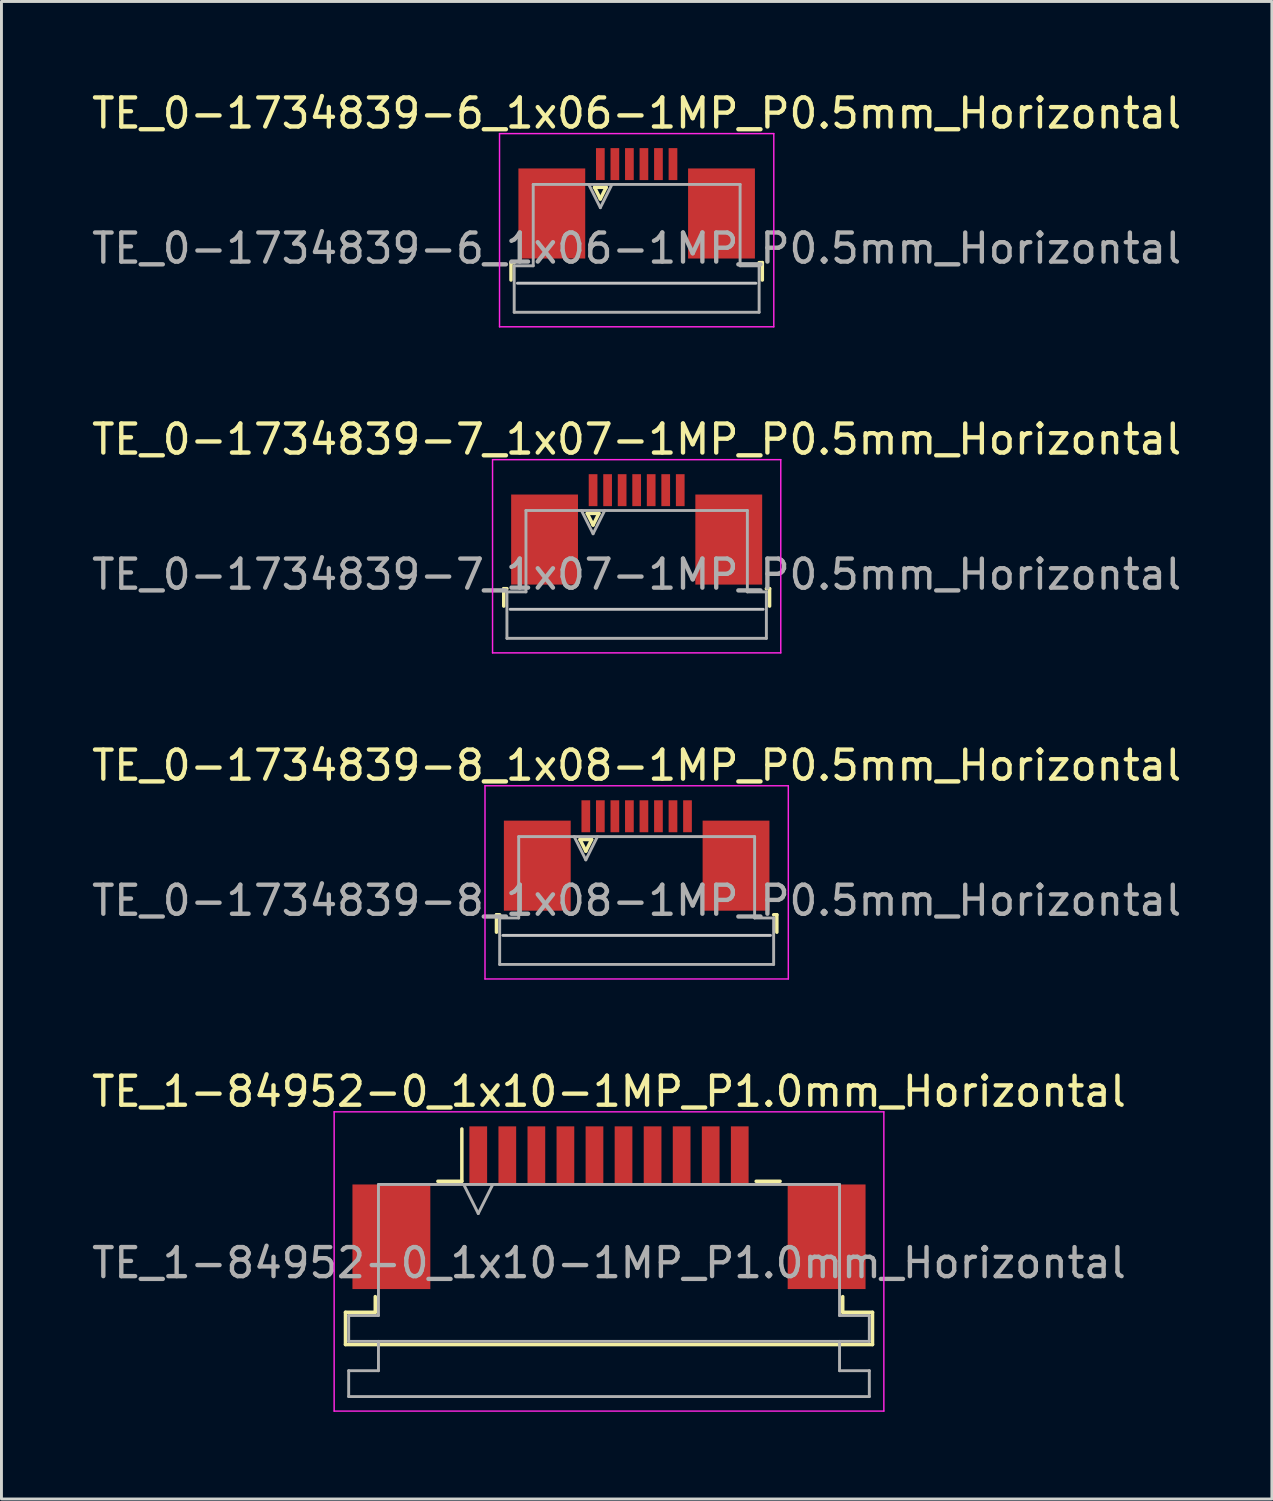
<source format=kicad_pcb>
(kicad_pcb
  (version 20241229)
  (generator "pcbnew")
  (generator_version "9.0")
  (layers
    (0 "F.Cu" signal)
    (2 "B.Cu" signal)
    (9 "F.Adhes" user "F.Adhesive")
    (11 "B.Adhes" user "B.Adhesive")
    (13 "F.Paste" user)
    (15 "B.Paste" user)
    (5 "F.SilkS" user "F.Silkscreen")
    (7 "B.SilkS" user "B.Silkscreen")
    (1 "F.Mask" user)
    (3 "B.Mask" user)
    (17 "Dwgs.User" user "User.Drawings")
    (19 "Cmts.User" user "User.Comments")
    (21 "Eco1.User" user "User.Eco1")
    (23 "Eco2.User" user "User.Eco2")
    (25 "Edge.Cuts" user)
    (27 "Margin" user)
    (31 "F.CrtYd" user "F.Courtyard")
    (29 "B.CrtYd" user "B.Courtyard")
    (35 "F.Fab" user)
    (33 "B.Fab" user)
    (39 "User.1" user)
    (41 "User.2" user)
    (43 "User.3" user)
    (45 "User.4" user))
  (footprint "TE_0-1734839-6_1x06-1MP_P0.5mm_Horizontal"
    (layer "F.Cu")
    (at 18.863 3.948)
    (property "Reference" "TE_0-1734839-6_1x06-1MP_P0.5mm_Horizontal" (at 0 -3.1 0) (layer "F.SilkS") (effects (font (size 1 1) (thickness 0.15))))
    (attr smd)
    (fp_line (start -4.325 2.04) (end -4.325 2.64) (stroke (width 0.12) (type solid)) (layer "F.SilkS"))
    (fp_line (start -4.215 2.04) (end -4.325 2.04) (stroke (width 0.12) (type solid)) (layer "F.SilkS"))
    (fp_line (start -1.45 -0.55) (end -1.25 -0.15) (stroke (width 0.12) (type solid)) (layer "F.SilkS"))
    (fp_line (start -1.25 -0.15) (end -1.05 -0.55) (stroke (width 0.12) (type solid)) (layer "F.SilkS"))
    (fp_line (start -1.05 -0.55) (end -1.45 -0.55) (stroke (width 0.12) (type solid)) (layer "F.SilkS"))
    (fp_line (start 4.215 2.04) (end 4.325 2.04) (stroke (width 0.12) (type solid)) (layer "F.SilkS"))
    (fp_line (start 4.325 2.04) (end 4.325 2.64) (stroke (width 0.12) (type solid)) (layer "F.SilkS"))
    (fp_line (start 4.105 2.75) (end -4.105 2.75) (stroke (width 0.1) (type solid)) (layer "Dwgs.User"))
    (fp_line (start -4.72 -2.4) (end -4.72 4.25) (stroke (width 0.05) (type solid)) (layer "F.CrtYd"))
    (fp_line (start -4.72 4.25) (end 4.72 4.25) (stroke (width 0.05) (type solid)) (layer "F.CrtYd"))
    (fp_line (start 4.72 -2.4) (end -4.72 -2.4) (stroke (width 0.05) (type solid)) (layer "F.CrtYd"))
    (fp_line (start 4.72 4.25) (end 4.72 -2.4) (stroke (width 0.05) (type solid)) (layer "F.CrtYd"))
    (fp_line (start -4.215 2.15) (end -3.56 2.15) (stroke (width 0.1) (type solid)) (layer "F.Fab"))
    (fp_line (start -4.215 3.75) (end -4.215 2.15) (stroke (width 0.1) (type solid)) (layer "F.Fab"))
    (fp_line (start -3.56 -0.65) (end 3.56 -0.65) (stroke (width 0.1) (type solid)) (layer "F.Fab"))
    (fp_line (start -3.56 2.15) (end -3.56 -0.65) (stroke (width 0.1) (type solid)) (layer "F.Fab"))
    (fp_line (start -1.65 -0.65) (end -1.25 0.15) (stroke (width 0.1) (type solid)) (layer "F.Fab"))
    (fp_line (start -1.25 0.15) (end -0.85 -0.65) (stroke (width 0.1) (type solid)) (layer "F.Fab"))
    (fp_line (start 3.56 -0.65) (end 3.56 2.15) (stroke (width 0.1) (type solid)) (layer "F.Fab"))
    (fp_line (start 3.56 2.15) (end 4.215 2.15) (stroke (width 0.1) (type solid)) (layer "F.Fab"))
    (fp_line (start 4.215 2.15) (end 4.215 3.75) (stroke (width 0.1) (type solid)) (layer "F.Fab"))
    (fp_line (start 4.215 3.75) (end -4.215 3.75) (stroke (width 0.1) (type solid)) (layer "F.Fab"))
    (fp_text user "${REFERENCE}" (at 0 1.55 0) (layer "F.Fab") (effects (font (size 1 1) (thickness 0.15))))
    (pad "1" smd rect (at -1.25 -1.35) (size 0.3 1.1) (layers "F.Cu" "F.Mask" "F.Paste"))
    (pad "2" smd rect (at -0.75 -1.35) (size 0.3 1.1) (layers "F.Cu" "F.Mask" "F.Paste"))
    (pad "3" smd rect (at -0.25 -1.35) (size 0.3 1.1) (layers "F.Cu" "F.Mask" "F.Paste"))
    (pad "4" smd rect (at 0.25 -1.35) (size 0.3 1.1) (layers "F.Cu" "F.Mask" "F.Paste"))
    (pad "5" smd rect (at 0.75 -1.35) (size 0.3 1.1) (layers "F.Cu" "F.Mask" "F.Paste"))
    (pad "6" smd rect (at 1.25 -1.35) (size 0.3 1.1) (layers "F.Cu" "F.Mask" "F.Paste"))
    (pad "MP" smd rect (at -2.92 0.35) (size 2.3 3.1) (layers "F.Cu" "F.Mask" "F.Paste"))
    (pad "MP" smd rect (at 2.92 0.35) (size 2.3 3.1) (layers "F.Cu" "F.Mask" "F.Paste")))
  (footprint "TE_0-1734839-8_1x08-1MP_P0.5mm_Horizontal"
    (layer "F.Cu")
    (at 18.863 26.395)
    (property "Reference" "TE_0-1734839-8_1x08-1MP_P0.5mm_Horizontal" (at 0 -3.1 0) (layer "F.SilkS") (effects (font (size 1 1) (thickness 0.15))))
    (attr smd)
    (fp_line (start -4.825 2.04) (end -4.825 2.64) (stroke (width 0.12) (type solid)) (layer "F.SilkS"))
    (fp_line (start -4.715 2.04) (end -4.825 2.04) (stroke (width 0.12) (type solid)) (layer "F.SilkS"))
    (fp_line (start -1.95 -0.55) (end -1.75 -0.15) (stroke (width 0.12) (type solid)) (layer "F.SilkS"))
    (fp_line (start -1.75 -0.15) (end -1.55 -0.55) (stroke (width 0.12) (type solid)) (layer "F.SilkS"))
    (fp_line (start -1.55 -0.55) (end -1.95 -0.55) (stroke (width 0.12) (type solid)) (layer "F.SilkS"))
    (fp_line (start 4.715 2.04) (end 4.825 2.04) (stroke (width 0.12) (type solid)) (layer "F.SilkS"))
    (fp_line (start 4.825 2.04) (end 4.825 2.64) (stroke (width 0.12) (type solid)) (layer "F.SilkS"))
    (fp_line (start 4.605 2.75) (end -4.605 2.75) (stroke (width 0.1) (type solid)) (layer "Dwgs.User"))
    (fp_line (start -5.22 -2.4) (end -5.22 4.25) (stroke (width 0.05) (type solid)) (layer "F.CrtYd"))
    (fp_line (start -5.22 4.25) (end 5.22 4.25) (stroke (width 0.05) (type solid)) (layer "F.CrtYd"))
    (fp_line (start 5.22 -2.4) (end -5.22 -2.4) (stroke (width 0.05) (type solid)) (layer "F.CrtYd"))
    (fp_line (start 5.22 4.25) (end 5.22 -2.4) (stroke (width 0.05) (type solid)) (layer "F.CrtYd"))
    (fp_line (start -4.715 2.15) (end -4.06 2.15) (stroke (width 0.1) (type solid)) (layer "F.Fab"))
    (fp_line (start -4.715 3.75) (end -4.715 2.15) (stroke (width 0.1) (type solid)) (layer "F.Fab"))
    (fp_line (start -4.06 -0.65) (end 4.06 -0.65) (stroke (width 0.1) (type solid)) (layer "F.Fab"))
    (fp_line (start -4.06 2.15) (end -4.06 -0.65) (stroke (width 0.1) (type solid)) (layer "F.Fab"))
    (fp_line (start -2.15 -0.65) (end -1.75 0.15) (stroke (width 0.1) (type solid)) (layer "F.Fab"))
    (fp_line (start -1.75 0.15) (end -1.35 -0.65) (stroke (width 0.1) (type solid)) (layer "F.Fab"))
    (fp_line (start 4.06 -0.65) (end 4.06 2.15) (stroke (width 0.1) (type solid)) (layer "F.Fab"))
    (fp_line (start 4.06 2.15) (end 4.715 2.15) (stroke (width 0.1) (type solid)) (layer "F.Fab"))
    (fp_line (start 4.715 2.15) (end 4.715 3.75) (stroke (width 0.1) (type solid)) (layer "F.Fab"))
    (fp_line (start 4.715 3.75) (end -4.715 3.75) (stroke (width 0.1) (type solid)) (layer "F.Fab"))
    (fp_text user "${REFERENCE}" (at 0 1.55 0) (layer "F.Fab") (effects (font (size 1 1) (thickness 0.15))))
    (pad "1" smd rect (at -1.75 -1.35) (size 0.3 1.1) (layers "F.Cu" "F.Mask" "F.Paste"))
    (pad "2" smd rect (at -1.25 -1.35) (size 0.3 1.1) (layers "F.Cu" "F.Mask" "F.Paste"))
    (pad "3" smd rect (at -0.75 -1.35) (size 0.3 1.1) (layers "F.Cu" "F.Mask" "F.Paste"))
    (pad "4" smd rect (at -0.25 -1.35) (size 0.3 1.1) (layers "F.Cu" "F.Mask" "F.Paste"))
    (pad "5" smd rect (at 0.25 -1.35) (size 0.3 1.1) (layers "F.Cu" "F.Mask" "F.Paste"))
    (pad "6" smd rect (at 0.75 -1.35) (size 0.3 1.1) (layers "F.Cu" "F.Mask" "F.Paste"))
    (pad "7" smd rect (at 1.25 -1.35) (size 0.3 1.1) (layers "F.Cu" "F.Mask" "F.Paste"))
    (pad "8" smd rect (at 1.75 -1.35) (size 0.3 1.1) (layers "F.Cu" "F.Mask" "F.Paste"))
    (pad "MP" smd rect (at -3.42 0.35) (size 2.3 3.1) (layers "F.Cu" "F.Mask" "F.Paste"))
    (pad "MP" smd rect (at 3.42 0.35) (size 2.3 3.1) (layers "F.Cu" "F.Mask" "F.Paste")))
  (footprint "TE_1-84952-0_1x10-1MP_P1.0mm_Horizontal"
    (layer "F.Cu")
    (at 17.911 38.518)
    (property "Reference" "TE_1-84952-0_1x10-1MP_P1.0mm_Horizontal" (at 0 -4 0) (layer "F.SilkS") (effects (font (size 1 1) (thickness 0.15))))
    (attr smd)
    (fp_line (start -9.07 3.6) (end -8.045 3.6) (stroke (width 0.12) (type solid)) (layer "F.SilkS"))
    (fp_line (start -9.07 4.71) (end -9.07 3.6) (stroke (width 0.12) (type solid)) (layer "F.SilkS"))
    (fp_line (start -8.045 3.6) (end -8.045 3.06) (stroke (width 0.12) (type solid)) (layer "F.SilkS"))
    (fp_line (start -5.89 -0.91) (end -5.065 -0.91) (stroke (width 0.12) (type solid)) (layer "F.SilkS"))
    (fp_line (start -5.065 -0.91) (end -5.065 -2.71) (stroke (width 0.12) (type solid)) (layer "F.SilkS"))
    (fp_line (start 5.065 -0.91) (end 5.89 -0.91) (stroke (width 0.12) (type solid)) (layer "F.SilkS"))
    (fp_line (start 8.045 3.06) (end 8.045 3.6) (stroke (width 0.12) (type solid)) (layer "F.SilkS"))
    (fp_line (start 8.045 3.6) (end 9.07 3.6) (stroke (width 0.12) (type solid)) (layer "F.SilkS"))
    (fp_line (start 9.07 3.6) (end 9.07 4.71) (stroke (width 0.12) (type solid)) (layer "F.SilkS"))
    (fp_line (start 9.07 4.71) (end -9.07 4.71) (stroke (width 0.12) (type solid)) (layer "F.SilkS"))
    (fp_line (start -9.46 -3.3) (end -9.46 7) (stroke (width 0.05) (type solid)) (layer "F.CrtYd"))
    (fp_line (start -9.46 7) (end 9.46 7) (stroke (width 0.05) (type solid)) (layer "F.CrtYd"))
    (fp_line (start 9.46 -3.3) (end -9.46 -3.3) (stroke (width 0.05) (type solid)) (layer "F.CrtYd"))
    (fp_line (start 9.46 7) (end 9.46 -3.3) (stroke (width 0.05) (type solid)) (layer "F.CrtYd"))
    (fp_line (start -8.96 3.71) (end -7.935 3.71) (stroke (width 0.1) (type solid)) (layer "F.Fab"))
    (fp_line (start -8.96 4.6) (end -8.96 3.71) (stroke (width 0.1) (type solid)) (layer "F.Fab"))
    (fp_line (start -8.96 5.61) (end -7.935 5.61) (stroke (width 0.1) (type solid)) (layer "F.Fab"))
    (fp_line (start -8.96 6.5) (end -8.96 5.61) (stroke (width 0.1) (type solid)) (layer "F.Fab"))
    (fp_line (start -7.935 -0.8) (end 7.935 -0.8) (stroke (width 0.1) (type solid)) (layer "F.Fab"))
    (fp_line (start -7.935 3.71) (end -7.935 -0.8) (stroke (width 0.1) (type solid)) (layer "F.Fab"))
    (fp_line (start -7.935 5.61) (end -7.935 4.6) (stroke (width 0.1) (type solid)) (layer "F.Fab"))
    (fp_line (start -5 -0.8) (end -4.5 0.2) (stroke (width 0.1) (type solid)) (layer "F.Fab"))
    (fp_line (start -4.5 0.2) (end -4 -0.8) (stroke (width 0.1) (type solid)) (layer "F.Fab"))
    (fp_line (start 7.935 -0.8) (end 7.935 3.71) (stroke (width 0.1) (type solid)) (layer "F.Fab"))
    (fp_line (start 7.935 3.71) (end 8.96 3.71) (stroke (width 0.1) (type solid)) (layer "F.Fab"))
    (fp_line (start 7.935 4.6) (end 7.935 5.61) (stroke (width 0.1) (type solid)) (layer "F.Fab"))
    (fp_line (start 7.935 5.61) (end 8.96 5.61) (stroke (width 0.1) (type solid)) (layer "F.Fab"))
    (fp_line (start 8.96 3.71) (end 8.96 4.6) (stroke (width 0.1) (type solid)) (layer "F.Fab"))
    (fp_line (start 8.96 4.6) (end -8.96 4.6) (stroke (width 0.1) (type solid)) (layer "F.Fab"))
    (fp_line (start 8.96 5.61) (end 8.96 6.5) (stroke (width 0.1) (type solid)) (layer "F.Fab"))
    (fp_line (start 8.96 6.5) (end -8.96 6.5) (stroke (width 0.1) (type solid)) (layer "F.Fab"))
    (fp_text user "${REFERENCE}" (at 0 1.9 0) (layer "F.Fab") (effects (font (size 1 1) (thickness 0.15))))
    (pad "1" smd rect (at -4.5 -1.8) (size 0.61 2) (layers "F.Cu" "F.Mask" "F.Paste"))
    (pad "2" smd rect (at -3.5 -1.8) (size 0.61 2) (layers "F.Cu" "F.Mask" "F.Paste"))
    (pad "3" smd rect (at -2.5 -1.8) (size 0.61 2) (layers "F.Cu" "F.Mask" "F.Paste"))
    (pad "4" smd rect (at -1.5 -1.8) (size 0.61 2) (layers "F.Cu" "F.Mask" "F.Paste"))
    (pad "5" smd rect (at -0.5 -1.8) (size 0.61 2) (layers "F.Cu" "F.Mask" "F.Paste"))
    (pad "6" smd rect (at 0.5 -1.8) (size 0.61 2) (layers "F.Cu" "F.Mask" "F.Paste"))
    (pad "7" smd rect (at 1.5 -1.8) (size 0.61 2) (layers "F.Cu" "F.Mask" "F.Paste"))
    (pad "8" smd rect (at 2.5 -1.8) (size 0.61 2) (layers "F.Cu" "F.Mask" "F.Paste"))
    (pad "9" smd rect (at 3.5 -1.8) (size 0.61 2) (layers "F.Cu" "F.Mask" "F.Paste"))
    (pad "10" smd rect (at 4.5 -1.8) (size 0.61 2) (layers "F.Cu" "F.Mask" "F.Paste"))
    (pad "MP" smd rect (at -7.49 1) (size 2.68 3.6) (layers "F.Cu" "F.Mask" "F.Paste"))
    (pad "MP" smd rect (at 7.49 1) (size 2.68 3.6) (layers "F.Cu" "F.Mask" "F.Paste")))
  (footprint "TE_0-1734839-7_1x07-1MP_P0.5mm_Horizontal"
    (layer "F.Cu")
    (at 18.863 15.171)
    (property "Reference" "TE_0-1734839-7_1x07-1MP_P0.5mm_Horizontal" (at 0 -3.1 0) (layer "F.SilkS") (effects (font (size 1 1) (thickness 0.15))))
    (attr smd)
    (fp_line (start -4.575 2.04) (end -4.575 2.64) (stroke (width 0.12) (type solid)) (layer "F.SilkS"))
    (fp_line (start -4.465 2.04) (end -4.575 2.04) (stroke (width 0.12) (type solid)) (layer "F.SilkS"))
    (fp_line (start -1.7 -0.55) (end -1.5 -0.15) (stroke (width 0.12) (type solid)) (layer "F.SilkS"))
    (fp_line (start -1.5 -0.15) (end -1.3 -0.55) (stroke (width 0.12) (type solid)) (layer "F.SilkS"))
    (fp_line (start -1.3 -0.55) (end -1.7 -0.55) (stroke (width 0.12) (type solid)) (layer "F.SilkS"))
    (fp_line (start 4.465 2.04) (end 4.575 2.04) (stroke (width 0.12) (type solid)) (layer "F.SilkS"))
    (fp_line (start 4.575 2.04) (end 4.575 2.64) (stroke (width 0.12) (type solid)) (layer "F.SilkS"))
    (fp_line (start 4.355 2.75) (end -4.355 2.75) (stroke (width 0.1) (type solid)) (layer "Dwgs.User"))
    (fp_line (start -4.96 -2.4) (end -4.96 4.25) (stroke (width 0.05) (type solid)) (layer "F.CrtYd"))
    (fp_line (start -4.96 4.25) (end 4.96 4.25) (stroke (width 0.05) (type solid)) (layer "F.CrtYd"))
    (fp_line (start 4.96 -2.4) (end -4.96 -2.4) (stroke (width 0.05) (type solid)) (layer "F.CrtYd"))
    (fp_line (start 4.96 4.25) (end 4.96 -2.4) (stroke (width 0.05) (type solid)) (layer "F.CrtYd"))
    (fp_line (start -4.465 2.15) (end -3.81 2.15) (stroke (width 0.1) (type solid)) (layer "F.Fab"))
    (fp_line (start -4.465 3.75) (end -4.465 2.15) (stroke (width 0.1) (type solid)) (layer "F.Fab"))
    (fp_line (start -3.81 -0.65) (end 3.81 -0.65) (stroke (width 0.1) (type solid)) (layer "F.Fab"))
    (fp_line (start -3.81 2.15) (end -3.81 -0.65) (stroke (width 0.1) (type solid)) (layer "F.Fab"))
    (fp_line (start -1.9 -0.65) (end -1.5 0.15) (stroke (width 0.1) (type solid)) (layer "F.Fab"))
    (fp_line (start -1.5 0.15) (end -1.1 -0.65) (stroke (width 0.1) (type solid)) (layer "F.Fab"))
    (fp_line (start 3.81 -0.65) (end 3.81 2.15) (stroke (width 0.1) (type solid)) (layer "F.Fab"))
    (fp_line (start 3.81 2.15) (end 4.465 2.15) (stroke (width 0.1) (type solid)) (layer "F.Fab"))
    (fp_line (start 4.465 2.15) (end 4.465 3.75) (stroke (width 0.1) (type solid)) (layer "F.Fab"))
    (fp_line (start 4.465 3.75) (end -4.465 3.75) (stroke (width 0.1) (type solid)) (layer "F.Fab"))
    (fp_text user "${REFERENCE}" (at 0 1.55 0) (layer "F.Fab") (effects (font (size 1 1) (thickness 0.15))))
    (pad "1" smd rect (at -1.5 -1.35) (size 0.3 1.1) (layers "F.Cu" "F.Mask" "F.Paste"))
    (pad "2" smd rect (at -1 -1.35) (size 0.3 1.1) (layers "F.Cu" "F.Mask" "F.Paste"))
    (pad "3" smd rect (at -0.5 -1.35) (size 0.3 1.1) (layers "F.Cu" "F.Mask" "F.Paste"))
    (pad "4" smd rect (at 0 -1.35) (size 0.3 1.1) (layers "F.Cu" "F.Mask" "F.Paste"))
    (pad "5" smd rect (at 0.5 -1.35) (size 0.3 1.1) (layers "F.Cu" "F.Mask" "F.Paste"))
    (pad "6" smd rect (at 1 -1.35) (size 0.3 1.1) (layers "F.Cu" "F.Mask" "F.Paste"))
    (pad "7" smd rect (at 1.5 -1.35) (size 0.3 1.1) (layers "F.Cu" "F.Mask" "F.Paste"))
    (pad "MP" smd rect (at -3.17 0.35) (size 2.3 3.1) (layers "F.Cu" "F.Mask" "F.Paste"))
    (pad "MP" smd rect (at 3.17 0.35) (size 2.3 3.1) (layers "F.Cu" "F.Mask" "F.Paste")))
  (gr_rect
    (start -3 -3)
    (end 40.726 48.543)
    (stroke (width 0.1) (type default))
    (fill no)
    (layer "Edge.Cuts")))
</source>
